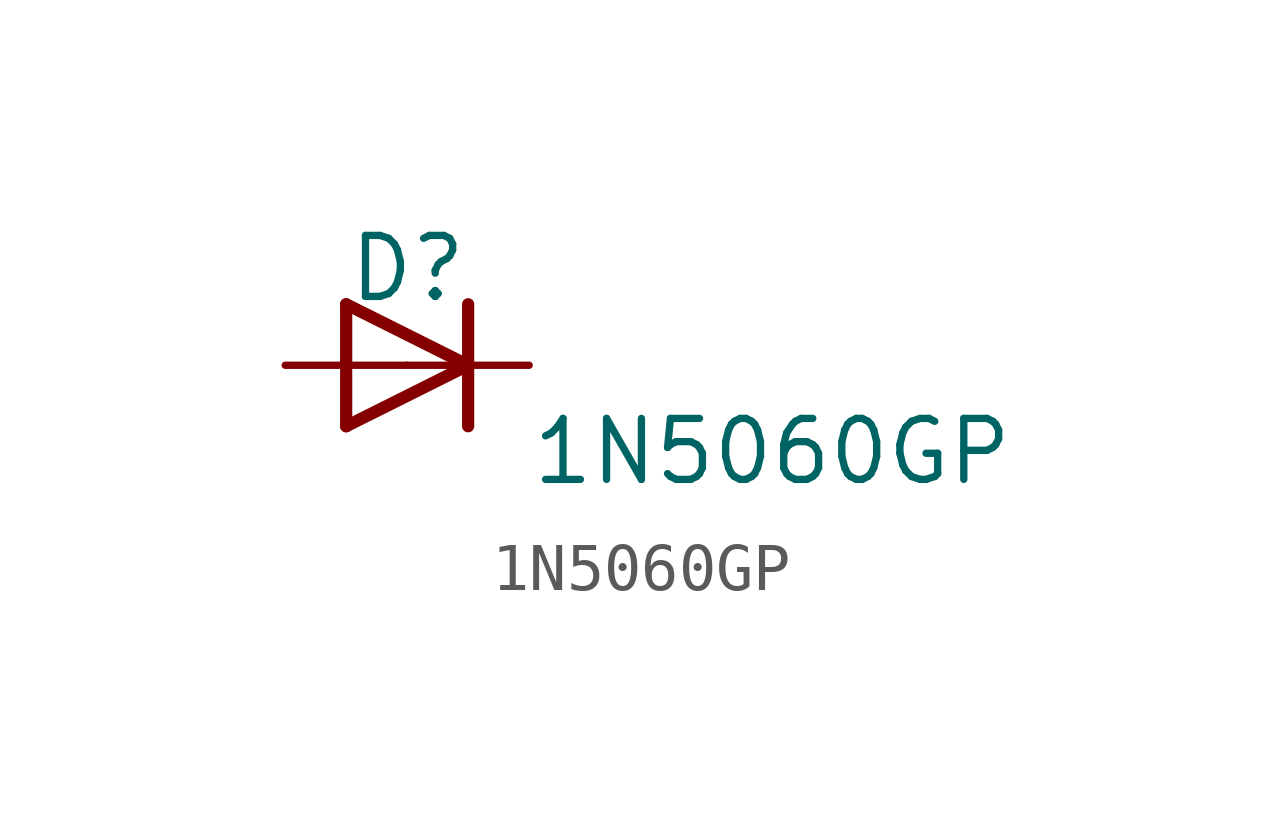
<source format=kicad_sym>
(kicad_symbol_lib
  (version 20211014)
  (generator kicad_symbol_editor)
  (symbol "1N5060GP"
    (pin_numbers hide)
    (pin_names
      (offset 1.016) hide)
    (property "Reference" "D"
      (at -1.27 1.27 0)
      (effects (font (size 1.27 1.27)) (justify left bottom)))
    (property "Value" "1N5060GP"
      (at 2.54 -2.54 0)
      (effects (font (size 1.27 1.27)) (justify left bottom)))
    (property "ki_locked" ""
      (at 0 0 0)
      (effects (font (size 1.27 1.27))))
    (symbol "1N5060GP_0_0"
      (polyline (pts (xy -1.27 -1.27) (xy 1.27 0)) (stroke (width 0.254) (type default) (color 0 0 0 0)) (fill (type none)))
      (polyline (pts (xy -1.27 1.27) (xy -1.27 -1.27)) (stroke (width 0.254) (type default) (color 0 0 0 0)) (fill (type none)))
      (polyline (pts (xy 1.27 0) (xy -1.27 1.27)) (stroke (width 0.254) (type default) (color 0 0 0 0)) (fill (type none)))
      (polyline (pts (xy 1.27 0) (xy 1.27 -1.27)) (stroke (width 0.254) (type default) (color 0 0 0 0)) (fill (type none)))
      (polyline (pts (xy 1.27 1.27) (xy 1.27 0)) (stroke (width 0.254) (type default) (color 0 0 0 0)) (fill (type none)))
      (pin passive line (at -2.54 0 0) (length 2.54) (name "~" (effects (font (size 1.016 1.016)))) (number "A" (effects (font (size 1.016 1.016)))))
      (pin passive line (at 2.54 0 180) (length 2.54) (name "~" (effects (font (size 1.016 1.016)))) (number "C" (effects (font (size 1.016 1.016))))))))
</source>
